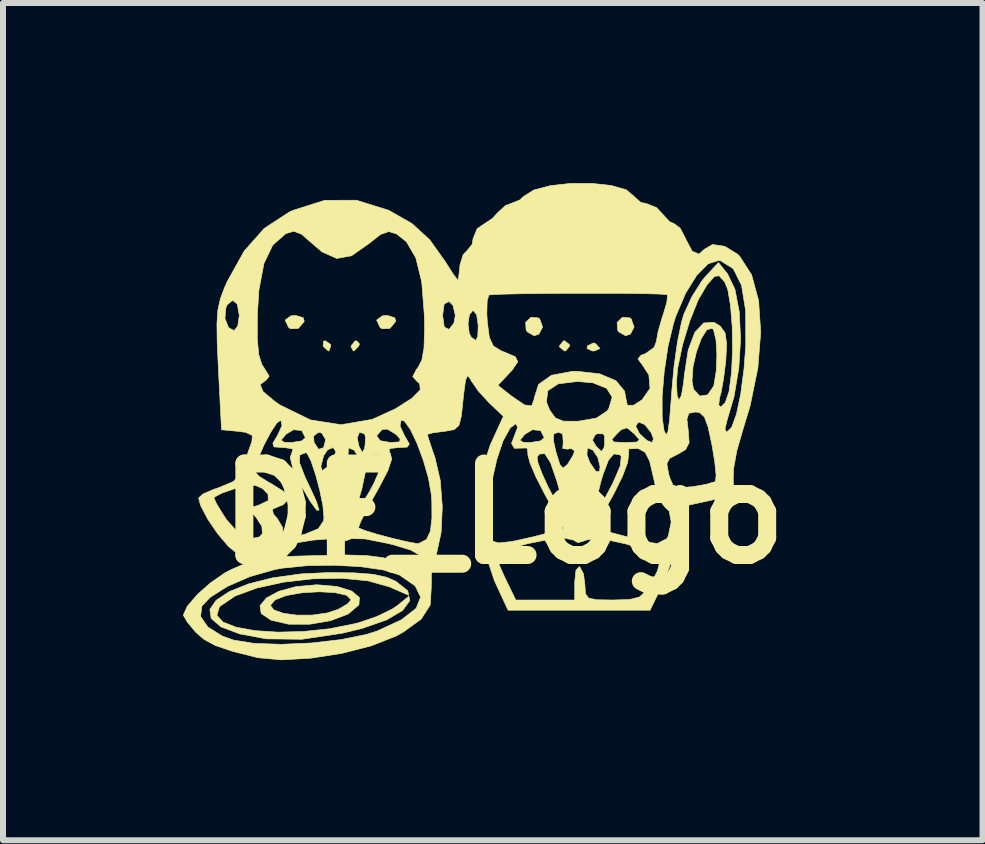
<source format=kicad_pcb>
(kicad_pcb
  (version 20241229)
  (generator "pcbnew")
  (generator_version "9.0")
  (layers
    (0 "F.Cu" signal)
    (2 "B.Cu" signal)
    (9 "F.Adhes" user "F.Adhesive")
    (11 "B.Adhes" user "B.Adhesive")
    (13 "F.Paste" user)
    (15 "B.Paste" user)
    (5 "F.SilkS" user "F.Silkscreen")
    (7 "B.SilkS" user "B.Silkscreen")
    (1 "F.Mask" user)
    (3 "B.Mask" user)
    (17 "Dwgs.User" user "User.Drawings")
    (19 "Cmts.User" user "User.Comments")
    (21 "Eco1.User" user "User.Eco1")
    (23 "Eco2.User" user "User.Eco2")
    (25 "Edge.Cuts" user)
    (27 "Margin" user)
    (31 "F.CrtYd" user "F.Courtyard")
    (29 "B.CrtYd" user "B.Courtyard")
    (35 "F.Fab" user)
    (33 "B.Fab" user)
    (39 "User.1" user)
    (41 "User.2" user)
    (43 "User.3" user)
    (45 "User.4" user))
  (footprint "DF_Logo"
    (layer "F.Cu")
    (at 5.339 5.506)
    (property "Reference" "DF_Logo" (at 0 0 0) (layer "F.SilkS") (effects (font (size 1.524 1.524) (thickness 0.3))))
    (attr through_hole)
    (fp_poly (pts (xy 1.53 -2.833) (xy 1.605 -2.751) (xy 1.519 -2.711) (xy 1.477 -2.709) (xy 1.389 -2.751) (xy 1.398 -2.795) (xy 1.499 -2.844) (xy 1.53 -2.833)) (stroke (width 0.01) (type solid)) (fill yes) (layer "F.SilkS"))
    (fp_poly (pts (xy -3.337 -3.263) (xy -3.321 -3.201) (xy -3.42 -3.084) (xy -3.551 -3.08) (xy -3.582 -3.103) (xy -3.639 -3.224) (xy -3.544 -3.294) (xy -3.464 -3.302) (xy -3.337 -3.263)) (stroke (width 0.01) (type solid)) (fill yes) (layer "F.SilkS"))
    (fp_poly (pts (xy -2.882 -2.817) (xy -2.879 -2.794) (xy -2.908 -2.712) (xy -2.916 -2.709) (xy -2.988 -2.769) (xy -3.006 -2.794) (xy -2.999 -2.872) (xy -2.968 -2.879) (xy -2.882 -2.817)) (stroke (width 0.01) (type solid)) (fill yes) (layer "F.SilkS"))
    (fp_poly (pts (xy -2.4 -2.827) (xy -2.413 -2.794) (xy -2.489 -2.713) (xy -2.503 -2.709) (xy -2.539 -2.775) (xy -2.54 -2.794) (xy -2.475 -2.875) (xy -2.45 -2.879) (xy -2.4 -2.827)) (stroke (width 0.01) (type solid)) (fill yes) (layer "F.SilkS"))
    (fp_poly (pts (xy -1.813 -3.263) (xy -1.797 -3.201) (xy -1.896 -3.084) (xy -2.027 -3.08) (xy -2.058 -3.103) (xy -2.115 -3.224) (xy -2.02 -3.294) (xy -1.94 -3.302) (xy -1.813 -3.263)) (stroke (width 0.01) (type solid)) (fill yes) (layer "F.SilkS"))
    (fp_poly (pts (xy 1.098 -2.814) (xy 1.101 -2.794) (xy 1.036 -2.712) (xy 1.016 -2.709) (xy 0.934 -2.774) (xy 0.931 -2.794) (xy 0.996 -2.876) (xy 1.016 -2.879) (xy 1.098 -2.814)) (stroke (width 0.01) (type solid)) (fill yes) (layer "F.SilkS"))
    (fp_poly (pts (xy 0.579 -3.261) (xy 0.602 -3.242) (xy 0.65 -3.108) (xy 0.588 -2.99) (xy 0.508 -2.963) (xy 0.399 -3.025) (xy 0.376 -3.055) (xy 0.367 -3.185) (xy 0.456 -3.271) (xy 0.579 -3.261)) (stroke (width 0.01) (type solid)) (fill yes) (layer "F.SilkS"))
    (fp_poly (pts (xy 2.103 -3.261) (xy 2.126 -3.242) (xy 2.174 -3.108) (xy 2.112 -2.99) (xy 2.032 -2.963) (xy 1.923 -3.025) (xy 1.9 -3.055) (xy 1.891 -3.185) (xy 1.98 -3.271) (xy 2.103 -3.261)) (stroke (width 0.01) (type solid)) (fill yes) (layer "F.SilkS"))
    (fp_poly (pts (xy -2.777 1.213) (xy -2.532 1.289) (xy -2.402 1.398) (xy -2.41 1.52) (xy -2.59 1.673) (xy -2.881 1.783) (xy -3.231 1.843) (xy -3.583 1.842) (xy -3.873 1.775) (xy -4.038 1.664) (xy -4.058 1.535) (xy -4.052 1.528) (xy -3.885 1.528) (xy -3.828 1.604) (xy -3.67 1.66) (xy -3.447 1.691) (xy -3.191 1.691) (xy -2.938 1.655) (xy -2.756 1.595) (xy -2.599 1.504) (xy -2.54 1.435) (xy -2.615 1.36) (xy -2.809 1.316) (xy -3.074 1.302) (xy -3.362 1.319) (xy -3.626 1.366) (xy -3.807 1.437) (xy -3.885 1.528) (xy -4.052 1.528) (xy -3.954 1.407) (xy -3.747 1.295) (xy -3.459 1.216) (xy -3.112 1.185) (xy -3.111 1.185) (xy -2.777 1.213)) (stroke (width 0.01) (type solid)) (fill yes) (layer "F.SilkS"))
    (fp_poly (pts (xy -2.483 0.987) (xy -2.172 1.011) (xy -1.947 1.061) (xy -1.794 1.128) (xy -1.597 1.285) (xy -1.581 1.36) (xy -1.905 1.219) (xy -2.258 1.12) (xy -2.697 1.077) (xy -3.179 1.086) (xy -3.664 1.142) (xy -4.109 1.239) (xy -4.474 1.373) (xy -4.718 1.539) (xy -4.735 1.558) (xy -4.776 1.694) (xy -4.675 1.806) (xy -4.456 1.892) (xy -4.144 1.949) (xy -3.764 1.974) (xy -3.341 1.964) (xy -2.9 1.918) (xy -2.467 1.831) (xy -2.402 1.814) (xy -2.109 1.713) (xy -1.856 1.59) (xy -1.767 1.53) (xy -1.578 1.376) (xy -1.562 1.449) (xy -1.682 1.613) (xy -1.948 1.77) (xy -2.355 1.912) (xy -2.679 1.991) (xy -3.359 2.093) (xy -3.955 2.086) (xy -4.395 2.004) (xy -4.71 1.885) (xy -4.871 1.746) (xy -4.893 1.596) (xy -4.789 1.444) (xy -4.572 1.3) (xy -4.254 1.172) (xy -3.851 1.07) (xy -3.375 1.004) (xy -2.921 0.982) (xy -2.483 0.987)) (stroke (width 0.01) (type solid)) (fill yes) (layer "F.SilkS"))
    (fp_poly (pts (xy 1.794 -5.466) (xy 2.043 -5.394) (xy 2.173 -5.286) (xy 2.175 -5.281) (xy 2.287 -5.183) (xy 2.379 -5.165) (xy 2.547 -5.098) (xy 2.644 -4.995) (xy 2.765 -4.863) (xy 2.848 -4.826) (xy 2.942 -4.754) (xy 3.032 -4.581) (xy 3.035 -4.572) (xy 3.141 -4.372) (xy 3.255 -4.323) (xy 3.344 -4.403) (xy 3.481 -4.483) (xy 3.683 -4.453) (xy 3.897 -4.322) (xy 3.932 -4.288) (xy 4.131 -3.979) (xy 4.248 -3.549) (xy 4.283 -3.023) (xy 4.236 -2.428) (xy 4.106 -1.792) (xy 3.976 -1.364) (xy 3.885 -1.046) (xy 3.831 -0.749) (xy 3.825 -0.58) (xy 3.831 -0.417) (xy 3.78 -0.324) (xy 3.633 -0.264) (xy 3.436 -0.218) (xy 3.019 -0.127) (xy 2.925 0.339) (xy 2.83 0.697) (xy 2.698 1.067) (xy 2.636 1.206) (xy 2.44 1.609) (xy 0.075 1.609) (xy -0.151 1.122) (xy -0.291 0.704) (xy -0.109 0.704) (xy -0.068 0.866) (xy 0.017 1.056) (xy 0.203 1.439) (xy 1.185 1.439) (xy 1.185 1.138) (xy 1.205 0.945) (xy 1.258 0.884) (xy 1.27 0.889) (xy 1.331 1.003) (xy 1.355 1.19) (xy 1.363 1.333) (xy 1.415 1.407) (xy 1.553 1.435) (xy 1.818 1.439) (xy 1.822 1.439) (xy 2.097 1.431) (xy 2.261 1.39) (xy 2.374 1.29) (xy 2.457 1.164) (xy 2.563 0.954) (xy 2.606 0.788) (xy 2.604 0.767) (xy 2.514 0.681) (xy 2.309 0.59) (xy 2.04 0.506) (xy 1.759 0.444) (xy 1.52 0.418) (xy 1.374 0.44) (xy 1.364 0.448) (xy 1.238 0.484) (xy 1.163 0.44) (xy 1.018 0.409) (xy 0.752 0.431) (xy 0.403 0.5) (xy 0.011 0.611) (xy -0.064 0.636) (xy -0.109 0.704) (xy -0.291 0.704) (xy -0.352 0.523) (xy -0.396 0.14) (xy -0.261 0.14) (xy -0.234 0.375) (xy -0.191 0.458) (xy -0.083 0.488) (xy 0.14 0.465) (xy 0.496 0.386) (xy 0.687 0.336) (xy 1.002 0.251) (xy 0.998 0.245) (xy 1.515 0.245) (xy 1.879 0.339) (xy 2.121 0.403) (xy 2.294 0.452) (xy 2.328 0.464) (xy 2.561 0.498) (xy 2.717 0.419) (xy 2.743 0.374) (xy 2.792 0.139) (xy 2.758 -0.042) (xy 2.689 -0.106) (xy 2.616 -0.202) (xy 2.54 -0.413) (xy 2.497 -0.6) (xy 2.443 -0.831) (xy 2.719 -0.831) (xy 2.75 -0.663) (xy 2.765 -0.604) (xy 2.82 -0.477) (xy 2.927 -0.432) (xy 3.141 -0.448) (xy 3.152 -0.449) (xy 3.375 -0.488) (xy 3.516 -0.53) (xy 3.531 -0.539) (xy 3.54 -0.64) (xy 3.518 -0.858) (xy 3.472 -1.139) (xy 3.407 -1.442) (xy 3.344 -1.612) (xy 3.265 -1.683) (xy 3.197 -1.693) (xy 3.086 -1.671) (xy 3.054 -1.572) (xy 3.075 -1.393) (xy 3.091 -1.181) (xy 3.031 -1.065) (xy 2.916 -0.998) (xy 2.766 -0.92) (xy 2.719 -0.831) (xy 2.443 -0.831) (xy 2.433 -0.874) (xy 2.359 -1.02) (xy 2.252 -1.08) (xy 2.221 -1.085) (xy 2.086 -1.078) (xy 2.082 -0.985) (xy 2.067 -0.853) (xy 1.981 -0.623) (xy 1.843 -0.342) (xy 1.823 -0.306) (xy 1.515 0.245) (xy 0.998 0.245) (xy 0.686 -0.323) (xy 0.539 -0.61) (xy 0.439 -0.846) (xy 0.414 -0.944) (xy 0.558 -0.944) (xy 0.572 -0.848) (xy 0.641 -0.665) (xy 0.742 -0.444) (xy 0.852 -0.233) (xy 0.945 -0.082) (xy 0.999 -0.039) (xy 0.995 -0.087) (xy 1.532 -0.087) (xy 1.58 -0.096) (xy 1.69 -0.263) (xy 1.818 -0.504) (xy 1.942 -0.791) (xy 1.96 -0.952) (xy 1.939 -0.979) (xy 1.837 -0.995) (xy 1.748 -0.892) (xy 1.655 -0.648) (xy 1.623 -0.541) (xy 1.546 -0.235) (xy 1.532 -0.087) (xy 0.995 -0.087) (xy 0.992 -0.128) (xy 0.946 -0.331) (xy 0.888 -0.541) (xy 0.781 -0.851) (xy 0.686 -0.999) (xy 0.596 -0.992) (xy 0.558 -0.944) (xy 0.414 -0.944) (xy 0.403 -0.989) (xy 0.405 -1.002) (xy 0.394 -1.089) (xy 0.368 -1.093) (xy 0.18 -1.088) (xy 0.132 -1.17) (xy 0.153 -1.224) (xy 0.273 -1.224) (xy 0.323 -1.189) (xy 0.448 -1.185) (xy 0.615 -1.211) (xy 0.626 -1.22) (xy 0.829 -1.22) (xy 0.874 -1.022) (xy 0.937 -0.819) (xy 0.99 -0.758) (xy 1.059 -0.815) (xy 1.072 -0.831) (xy 1.161 -0.978) (xy 1.388 -0.978) (xy 1.435 -0.854) (xy 1.538 -0.702) (xy 1.597 -0.702) (xy 1.607 -0.783) (xy 1.569 -0.935) (xy 1.488 -1.058) (xy 1.406 -1.092) (xy 1.395 -1.084) (xy 1.388 -0.978) (xy 1.161 -0.978) (xy 1.162 -0.979) (xy 1.183 -1.046) (xy 1.124 -1.086) (xy 1.068 -1.074) (xy 0.985 -1.084) (xy 0.993 -1.192) (xy 0.991 -1.223) (xy 1.481 -1.223) (xy 1.541 -1.122) (xy 1.63 -1.036) (xy 1.67 -1.092) (xy 1.68 -1.136) (xy 1.682 -1.233) (xy 1.803 -1.233) (xy 1.837 -1.193) (xy 2.013 -1.185) (xy 2.032 -1.185) (xy 2.219 -1.192) (xy 2.262 -1.229) (xy 2.186 -1.321) (xy 2.177 -1.33) (xy 2.057 -1.429) (xy 1.961 -1.4) (xy 1.887 -1.33) (xy 1.803 -1.233) (xy 1.682 -1.233) (xy 1.683 -1.285) (xy 1.664 -1.327) (xy 1.564 -1.332) (xy 1.526 -1.313) (xy 1.481 -1.223) (xy 0.991 -1.223) (xy 0.983 -1.328) (xy 0.911 -1.355) (xy 0.837 -1.328) (xy 0.829 -1.22) (xy 0.626 -1.22) (xy 0.677 -1.265) (xy 0.617 -1.384) (xy 0.481 -1.398) (xy 0.355 -1.322) (xy 0.273 -1.224) (xy 0.153 -1.224) (xy 0.173 -1.277) (xy 0.233 -1.436) (xy 0.225 -1.456) (xy 2.201 -1.456) (xy 2.263 -1.333) (xy 2.391 -1.217) (xy 2.475 -1.185) (xy 2.497 -1.247) (xy 2.455 -1.355) (xy 2.35 -1.484) (xy 2.248 -1.526) (xy 2.201 -1.458) (xy 2.201 -1.456) (xy 0.225 -1.456) (xy 0.209 -1.499) (xy 0.119 -1.435) (xy 0.106 -1.42) (xy -0.011 -1.208) (xy -0.113 -0.9) (xy -0.194 -0.543) (xy -0.245 -0.181) (xy -0.261 0.14) (xy -0.396 0.14) (xy -0.424 -0.101) (xy -0.366 -0.702) (xy -0.222 -1.144) (xy -0.004 -1.621) (xy -0.243 -1.848) (xy -0.421 -2.042) (xy -0.545 -2.222) (xy -0.555 -2.244) (xy -0.599 -2.3) (xy -0.634 -2.222) (xy -0.665 -1.994) (xy -0.674 -1.905) (xy -0.704 -1.624) (xy -0.744 -1.469) (xy -0.822 -1.4) (xy -0.961 -1.374) (xy -0.995 -1.37) (xy -1.182 -1.345) (xy -1.269 -1.32) (xy -1.27 -1.318) (xy -1.244 -1.229) (xy -1.18 -1.037) (xy -1.143 -0.931) (xy -1.055 -0.553) (xy -1.021 -0.114) (xy -1.041 0.315) (xy -1.116 0.665) (xy -1.131 0.704) (xy -1.201 0.982) (xy -1.206 1.255) (xy -1.223 1.524) (xy -1.373 1.757) (xy -1.672 1.974) (xy -1.797 2.042) (xy -2.203 2.202) (xy -2.693 2.328) (xy -3.21 2.408) (xy -3.694 2.436) (xy -4.088 2.401) (xy -4.106 2.397) (xy -4.516 2.294) (xy -4.798 2.199) (xy -4.992 2.094) (xy -5.132 1.972) (xy -5.267 1.808) (xy -5.323 1.713) (xy -5.048 1.713) (xy -4.927 1.888) (xy -4.688 2.039) (xy -4.501 2.106) (xy -4.155 2.162) (xy -3.703 2.177) (xy -3.203 2.155) (xy -2.712 2.099) (xy -2.288 2.013) (xy -2.107 1.956) (xy -1.699 1.767) (xy -1.457 1.578) (xy -1.382 1.389) (xy -1.474 1.203) (xy -1.734 1.023) (xy -1.743 1.019) (xy -2.004 0.938) (xy -2.38 0.884) (xy -2.819 0.86) (xy -3.27 0.867) (xy -3.681 0.908) (xy -3.81 0.931) (xy -4.227 1.05) (xy -4.602 1.213) (xy -4.89 1.396) (xy -5.026 1.54) (xy -5.048 1.713) (xy -5.323 1.713) (xy -5.333 1.696) (xy -5.334 1.687) (xy -5.269 1.543) (xy -5.104 1.35) (xy -4.881 1.152) (xy -4.644 0.988) (xy -4.535 0.931) (xy -4.191 0.783) (xy -4.398 0.686) (xy -4.102 0.686) (xy -4.043 0.703) (xy -3.847 0.712) (xy -3.542 0.711) (xy -3.161 0.7) (xy -3.156 0.7) (xy -2.65 0.688) (xy -2.277 0.699) (xy -2.002 0.735) (xy -1.82 0.787) (xy -1.561 0.879) (xy -1.421 0.912) (xy -1.366 0.883) (xy -1.355 0.794) (xy -1.355 0.783) (xy -1.399 0.69) (xy -1.547 0.607) (xy -1.828 0.521) (xy -1.927 0.497) (xy -2.302 0.422) (xy -2.532 0.416) (xy -2.603 0.444) (xy -2.752 0.479) (xy -2.815 0.442) (xy -2.939 0.423) (xy -3.171 0.441) (xy -3.457 0.487) (xy -3.745 0.551) (xy -3.978 0.622) (xy -4.102 0.686) (xy -4.398 0.686) (xy -4.424 0.674) (xy -4.58 0.55) (xy -4.762 0.336) (xy -4.931 0.088) (xy -5.049 -0.139) (xy -5.08 -0.26) (xy -4.826 -0.26) (xy -4.782 -0.165) (xy -4.672 0.015) (xy -4.611 0.107) (xy -4.416 0.324) (xy -4.223 0.421) (xy -4.065 0.387) (xy -4.018 0.333) (xy -4.027 0.211) (xy -4.114 0.076) (xy -4.214 -0.049) (xy -4.188 -0.107) (xy -4.08 -0.141) (xy -3.92 -0.217) (xy -3.925 -0.325) (xy -4.015 -0.418) (xy -4.142 -0.473) (xy -4.337 -0.454) (xy -4.481 -0.415) (xy -4.693 -0.341) (xy -4.814 -0.277) (xy -4.826 -0.26) (xy -5.08 -0.26) (xy -5.08 -0.261) (xy -5.007 -0.327) (xy -4.824 -0.406) (xy -4.742 -0.433) (xy -4.5 -0.535) (xy -4.37 -0.682) (xy -4.362 -0.704) (xy -4.147 -0.704) (xy -4.077 -0.624) (xy -3.909 -0.519) (xy -3.877 -0.503) (xy -3.65 -0.361) (xy -3.583 -0.239) (xy -3.677 -0.145) (xy -3.727 -0.127) (xy -3.85 -0.073) (xy -3.836 0.005) (xy -3.766 0.087) (xy -3.678 0.238) (xy -3.68 0.333) (xy -3.701 0.402) (xy -3.626 0.416) (xy -3.429 0.374) (xy -3.299 0.339) (xy -3.084 0.25) (xy -3.072 0.231) (xy -2.417 0.231) (xy -2.415 0.238) (xy -2.315 0.28) (xy -2.108 0.343) (xy -1.854 0.411) (xy -1.611 0.468) (xy -1.438 0.499) (xy -1.42 0.5) (xy -1.284 0.431) (xy -1.219 0.292) (xy -1.194 0.074) (xy -1.196 -0.215) (xy -1.204 -0.322) (xy -1.252 -0.592) (xy -1.337 -0.888) (xy -1.443 -1.172) (xy -1.553 -1.403) (xy -1.651 -1.54) (xy -1.708 -1.557) (xy -1.725 -1.46) (xy -1.654 -1.304) (xy -1.57 -1.16) (xy -1.605 -1.108) (xy -1.751 -1.101) (xy -1.902 -1.083) (xy -1.902 -1.022) (xy -1.888 -1.008) (xy -1.864 -0.908) (xy -1.926 -0.72) (xy -2.08 -0.424) (xy -2.12 -0.354) (xy -2.271 -0.084) (xy -2.376 0.124) (xy -2.417 0.231) (xy -3.072 0.231) (xy -2.999 0.12) (xy -2.993 0.065) (xy -3.007 -0.095) (xy -2.456 -0.095) (xy -2.429 -0.083) (xy -2.349 -0.18) (xy -2.235 -0.366) (xy -2.161 -0.504) (xy -2.049 -0.762) (xy -2.014 -0.931) (xy -2.033 -0.974) (xy -2.168 -0.988) (xy -2.267 -0.839) (xy -2.31 -0.658) (xy -2.36 -0.417) (xy -2.415 -0.233) (xy -2.456 -0.095) (xy -3.007 -0.095) (xy -3.009 -0.126) (xy -3.06 -0.379) (xy -3.13 -0.644) (xy -3.177 -0.784) (xy -3.045 -0.784) (xy -3.02 -0.715) (xy -2.932 -0.781) (xy -2.918 -0.799) (xy -2.822 -0.952) (xy -2.813 -0.978) (xy -2.591 -0.978) (xy -2.544 -0.854) (xy -2.441 -0.702) (xy -2.382 -0.702) (xy -2.372 -0.783) (xy -2.41 -0.935) (xy -2.491 -1.058) (xy -2.573 -1.092) (xy -2.585 -1.084) (xy -2.591 -0.978) (xy -2.813 -0.978) (xy -2.794 -1.032) (xy -2.839 -1.101) (xy -2.931 -1.063) (xy -2.997 -0.967) (xy -3.045 -0.784) (xy -3.177 -0.784) (xy -3.205 -0.868) (xy -3.271 -1) (xy -3.294 -1.016) (xy -3.395 -0.976) (xy -3.398 -0.842) (xy -3.303 -0.598) (xy -3.25 -0.489) (xy -3.118 -0.203) (xy -3.074 -0.058) (xy -3.111 -0.056) (xy -3.218 -0.2) (xy -3.366 -0.455) (xy -3.51 -0.751) (xy -3.555 -0.935) (xy -3.528 -1.01) (xy -3.509 -1.077) (xy -3.644 -1.1) (xy -3.668 -1.101) (xy -3.825 -1.111) (xy -3.844 -1.172) (xy -3.813 -1.224) (xy -3.706 -1.224) (xy -3.656 -1.189) (xy -3.532 -1.185) (xy -3.364 -1.211) (xy -3.302 -1.265) (xy -3.316 -1.292) (xy -3.166 -1.292) (xy -3.157 -1.186) (xy -3.083 -1.072) (xy -2.999 -1.098) (xy -2.963 -1.233) (xy -2.981 -1.261) (xy -2.438 -1.261) (xy -2.41 -1.125) (xy -2.355 -1.019) (xy -2.322 -1.072) (xy -2.308 -1.128) (xy -2.3 -1.282) (xy -2.306 -1.297) (xy -2.115 -1.297) (xy -2.057 -1.215) (xy -1.887 -1.185) (xy -1.732 -1.195) (xy -1.724 -1.246) (xy -1.794 -1.322) (xy -1.937 -1.408) (xy -2.024 -1.402) (xy -2.115 -1.297) (xy -2.306 -1.297) (xy -2.321 -1.333) (xy -2.402 -1.353) (xy -2.438 -1.261) (xy -2.981 -1.261) (xy -3.029 -1.342) (xy -3.082 -1.355) (xy -3.166 -1.292) (xy -3.316 -1.292) (xy -3.362 -1.384) (xy -3.499 -1.398) (xy -3.625 -1.322) (xy -3.706 -1.224) (xy -3.813 -1.224) (xy -3.765 -1.304) (xy -3.691 -1.468) (xy -3.711 -1.557) (xy -3.777 -1.511) (xy -3.878 -1.357) (xy -3.99 -1.146) (xy -4.086 -0.927) (xy -4.142 -0.751) (xy -4.147 -0.704) (xy -4.362 -0.704) (xy -4.327 -0.796) (xy -4.255 -1.029) (xy -4.193 -1.201) (xy -4.186 -1.302) (xy -4.297 -1.354) (xy -4.417 -1.37) (xy -4.699 -1.397) (xy -4.751 -2.413) (xy -4.771 -2.853) (xy -4.772 -2.912) (xy -4.103 -2.912) (xy -4.079 -2.649) (xy -4.026 -2.482) (xy -3.986 -2.422) (xy -3.905 -2.29) (xy -3.953 -2.226) (xy -3.958 -2.224) (xy -4.055 -2.149) (xy -4.007 -2.033) (xy -3.809 -1.868) (xy -3.727 -1.811) (xy -3.218 -1.561) (xy -2.705 -1.481) (xy -2.188 -1.57) (xy -1.804 -1.745) (xy -1.522 -1.925) (xy -1.389 -2.061) (xy -1.397 -2.164) (xy -1.446 -2.206) (xy -1.513 -2.283) (xy -1.454 -2.399) (xy -1.429 -2.429) (xy -1.362 -2.556) (xy -1.326 -2.761) (xy -1.316 -3.079) (xy -1.32 -3.302) (xy -1.016 -3.302) (xy -0.988 -3.108) (xy -0.91 -3.069) (xy -0.835 -3.162) (xy -0.592 -3.162) (xy -0.572 -3.002) (xy -0.536 -2.935) (xy -0.462 -2.885) (xy -0.43 -2.954) (xy -0.423 -3.133) (xy -0.448 -3.311) (xy -0.46 -3.327) (xy -0.279 -3.327) (xy -0.271 -3.189) (xy -0.237 -2.933) (xy -0.171 -2.793) (xy -0.043 -2.713) (xy 0.009 -2.693) (xy 0.196 -2.614) (xy 0.237 -2.529) (xy 0.142 -2.39) (xy 0.079 -2.323) (xy -0.095 -2.137) (xy 0.133 -1.958) (xy 0.347 -1.812) (xy 0.467 -1.794) (xy 0.493 -1.862) (xy 0.713 -1.862) (xy 0.766 -1.729) (xy 0.861 -1.595) (xy 0.995 -1.54) (xy 1.228 -1.539) (xy 1.256 -1.541) (xy 1.547 -1.592) (xy 1.722 -1.708) (xy 1.751 -1.747) (xy 1.809 -1.94) (xy 1.716 -2.088) (xy 1.487 -2.179) (xy 1.232 -2.201) (xy 0.911 -2.162) (xy 0.737 -2.048) (xy 0.713 -1.862) (xy 0.493 -1.862) (xy 0.508 -1.902) (xy 0.508 -1.919) (xy 0.582 -2.152) (xy 0.798 -2.305) (xy 1.143 -2.369) (xy 1.222 -2.371) (xy 1.599 -2.329) (xy 1.871 -2.215) (xy 2.016 -2.039) (xy 2.032 -1.943) (xy 2.062 -1.805) (xy 2.165 -1.805) (xy 2.307 -1.896) (xy 2.345 -1.951) (xy 2.641 -1.951) (xy 2.642 -1.596) (xy 2.673 -1.384) (xy 2.707 -1.313) (xy 2.737 -1.364) (xy 2.764 -1.552) (xy 2.791 -1.89) (xy 2.801 -2.032) (xy 2.814 -2.178) (xy 2.879 -2.178) (xy 2.892 -1.957) (xy 2.923 -1.891) (xy 2.963 -1.972) (xy 3 -2.188) (xy 3.002 -2.212) (xy 3.139 -2.212) (xy 3.163 -2.075) (xy 3.268 -1.959) (xy 3.399 -1.978) (xy 3.498 -2.122) (xy 3.503 -2.138) (xy 3.542 -2.376) (xy 3.553 -2.649) (xy 3.538 -2.896) (xy 3.498 -3.059) (xy 3.476 -3.088) (xy 3.386 -3.063) (xy 3.293 -2.916) (xy 3.212 -2.694) (xy 3.155 -2.444) (xy 3.139 -2.212) (xy 3.002 -2.212) (xy 3.011 -2.308) (xy 3.075 -2.724) (xy 3.185 -3.018) (xy 3.332 -3.176) (xy 3.506 -3.186) (xy 3.609 -3.123) (xy 3.689 -3.012) (xy 3.716 -2.827) (xy 3.701 -2.542) (xy 3.665 -2.253) (xy 3.623 -2.017) (xy 3.597 -1.926) (xy 3.584 -1.805) (xy 3.621 -1.778) (xy 3.693 -1.851) (xy 3.754 -2.029) (xy 3.757 -2.043) (xy 3.798 -2.358) (xy 3.814 -2.732) (xy 3.808 -3.118) (xy 3.78 -3.468) (xy 3.734 -3.735) (xy 3.684 -3.857) (xy 3.591 -3.962) (xy 3.514 -3.952) (xy 3.395 -3.818) (xy 3.388 -3.81) (xy 3.243 -3.563) (xy 3.101 -3.208) (xy 2.98 -2.809) (xy 2.9 -2.426) (xy 2.879 -2.178) (xy 2.814 -2.178) (xy 2.839 -2.453) (xy 2.896 -2.858) (xy 2.963 -3.186) (xy 3.001 -3.317) (xy 3.135 -3.61) (xy 3.301 -3.874) (xy 3.362 -3.948) (xy 3.579 -4.182) (xy 3.731 -3.994) (xy 3.854 -3.736) (xy 3.926 -3.36) (xy 3.948 -2.908) (xy 3.918 -2.422) (xy 3.838 -1.946) (xy 3.725 -1.564) (xy 3.688 -1.411) (xy 3.713 -1.355) (xy 3.798 -1.435) (xy 3.879 -1.656) (xy 3.95 -1.992) (xy 4.005 -2.413) (xy 4.034 -2.794) (xy 4.033 -3.375) (xy 3.964 -3.803) (xy 3.825 -4.081) (xy 3.616 -4.211) (xy 3.582 -4.217) (xy 3.408 -4.162) (xy 3.218 -3.971) (xy 3.032 -3.671) (xy 2.871 -3.294) (xy 2.83 -3.167) (xy 2.74 -2.791) (xy 2.676 -2.367) (xy 2.641 -1.951) (xy 2.345 -1.951) (xy 2.439 -2.085) (xy 2.42 -2.311) (xy 2.322 -2.462) (xy 2.238 -2.578) (xy 2.289 -2.638) (xy 2.364 -2.665) (xy 2.507 -2.768) (xy 2.544 -2.863) (xy 2.574 -3.033) (xy 2.643 -3.272) (xy 2.661 -3.323) (xy 2.72 -3.524) (xy 2.73 -3.639) (xy 2.721 -3.649) (xy 2.584 -3.658) (xy 2.322 -3.665) (xy 1.968 -3.669) (xy 1.556 -3.67) (xy 1.119 -3.67) (xy 0.692 -3.667) (xy 0.309 -3.663) (xy 0.003 -3.656) (xy -0.193 -3.648) (xy -0.246 -3.641) (xy -0.274 -3.539) (xy -0.279 -3.327) (xy -0.46 -3.327) (xy -0.507 -3.387) (xy -0.508 -3.387) (xy -0.569 -3.317) (xy -0.592 -3.162) (xy -0.835 -3.162) (xy -0.828 -3.171) (xy -0.804 -3.302) (xy -0.844 -3.47) (xy -0.91 -3.535) (xy -0.99 -3.491) (xy -1.016 -3.302) (xy -1.32 -3.302) (xy -1.321 -3.315) (xy -1.364 -3.861) (xy -1.462 -4.26) (xy -1.619 -4.53) (xy -1.783 -4.659) (xy -1.913 -4.699) (xy -2.052 -4.649) (xy -2.25 -4.493) (xy -2.251 -4.493) (xy -2.533 -4.295) (xy -2.779 -4.251) (xy -3.025 -4.36) (xy -3.183 -4.495) (xy -3.367 -4.655) (xy -3.497 -4.704) (xy -3.627 -4.664) (xy -3.631 -4.662) (xy -3.845 -4.474) (xy -3.992 -4.167) (xy -4.076 -3.725) (xy -4.102 -3.307) (xy -4.103 -2.912) (xy -4.772 -2.912) (xy -4.775 -3.166) (xy -4.769 -3.25) (xy -4.642 -3.25) (xy -4.581 -3.098) (xy -4.49 -3.048) (xy -4.429 -3.122) (xy -4.403 -3.299) (xy -4.403 -3.302) (xy -4.436 -3.49) (xy -4.514 -3.555) (xy -4.604 -3.478) (xy -4.626 -3.429) (xy -4.642 -3.25) (xy -4.769 -3.25) (xy -4.759 -3.395) (xy -4.718 -3.58) (xy -4.649 -3.764) (xy -4.604 -3.865) (xy -4.32 -4.376) (xy -3.986 -4.752) (xy -3.571 -5.023) (xy -3.517 -5.049) (xy -2.981 -5.219) (xy -2.453 -5.221) (xy -1.92 -5.055) (xy -1.905 -5.048) (xy -1.525 -4.831) (xy -1.23 -4.561) (xy -0.961 -4.183) (xy -0.941 -4.149) (xy -0.829 -3.975) (xy -0.763 -3.894) (xy -0.755 -3.895) (xy -0.741 -4.003) (xy -0.726 -4.144) (xy -0.673 -4.315) (xy -0.606 -4.384) (xy -0.524 -4.485) (xy -0.508 -4.582) (xy -0.441 -4.745) (xy -0.36 -4.802) (xy -0.189 -4.915) (xy -0.101 -5.011) (xy 0.033 -5.134) (xy 0.121 -5.165) (xy 0.268 -5.224) (xy 0.331 -5.282) (xy 0.504 -5.391) (xy 0.781 -5.464) (xy 1.118 -5.501) (xy 1.471 -5.501) (xy 1.794 -5.466)) (stroke (width 0.01) (type solid)) (fill yes) (layer "F.SilkS")))
  (gr_rect
    (start -3 -3)
    (end 13.317 10.947)
    (stroke (width 0.1) (type default))
    (fill no)
    (layer "Edge.Cuts")))
</source>
